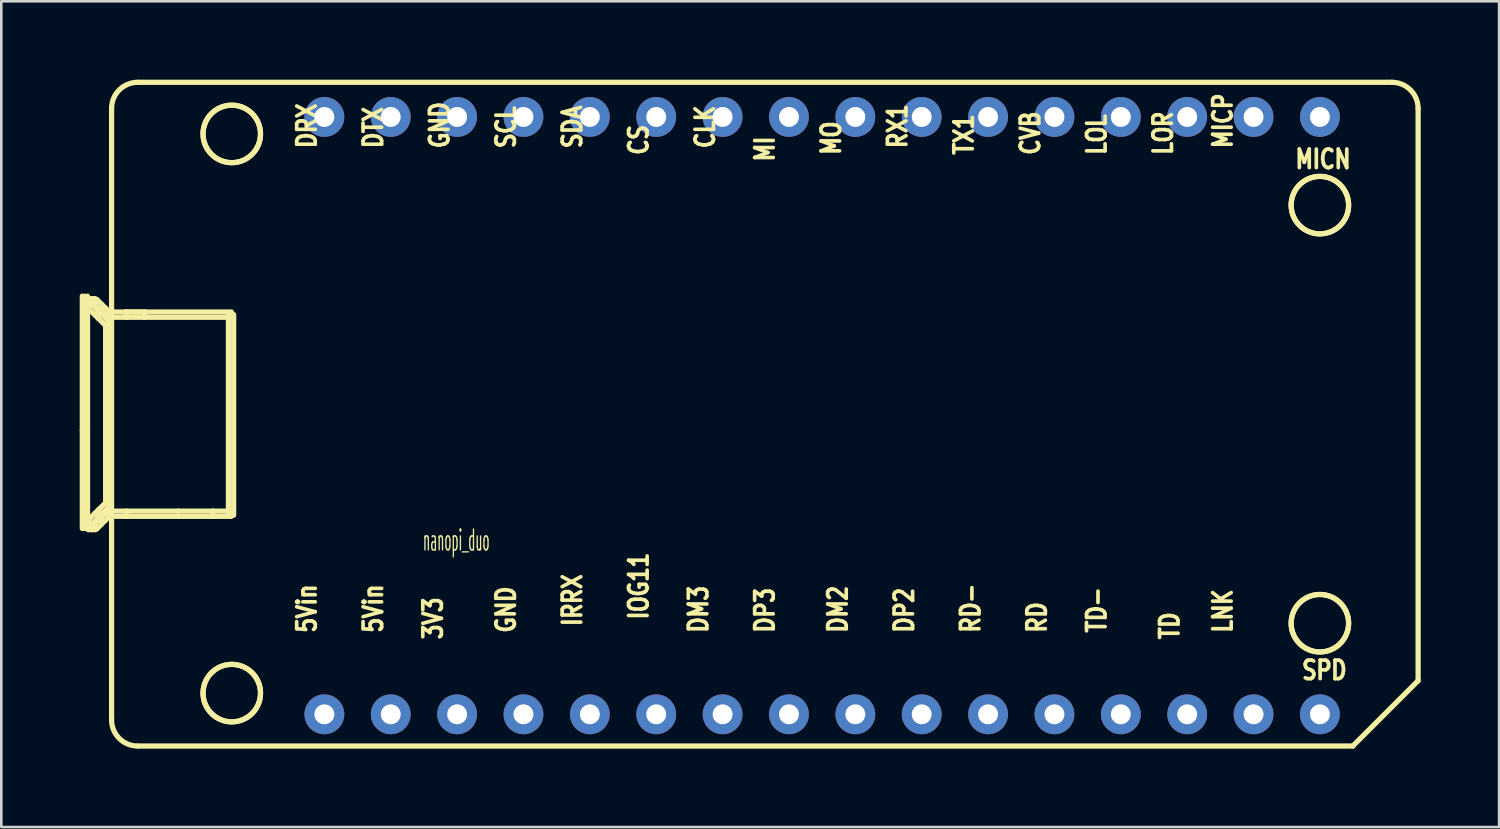
<source format=kicad_pcb>
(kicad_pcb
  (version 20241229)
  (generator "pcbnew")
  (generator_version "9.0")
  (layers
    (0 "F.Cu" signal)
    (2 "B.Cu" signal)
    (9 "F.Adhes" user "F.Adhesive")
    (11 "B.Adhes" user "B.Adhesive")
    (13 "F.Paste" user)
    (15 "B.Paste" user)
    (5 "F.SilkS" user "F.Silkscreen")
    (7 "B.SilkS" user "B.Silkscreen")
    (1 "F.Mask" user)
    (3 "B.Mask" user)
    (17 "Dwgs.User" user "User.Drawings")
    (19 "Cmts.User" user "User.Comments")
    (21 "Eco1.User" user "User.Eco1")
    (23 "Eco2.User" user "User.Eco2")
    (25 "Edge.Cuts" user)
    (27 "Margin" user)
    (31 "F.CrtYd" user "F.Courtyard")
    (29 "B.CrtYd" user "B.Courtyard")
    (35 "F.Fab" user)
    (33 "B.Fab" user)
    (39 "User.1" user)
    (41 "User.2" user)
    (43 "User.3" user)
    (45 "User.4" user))
  (footprint "nanopi_duo"
    (layer "F.Cu")
    (at 28.413 14.126)
    (property "Reference" "nanopi_duo" (at -14 3.5 0) (layer "F.SilkS") (effects (font (size 0.8 0.3) (thickness 0.05))))
    (attr through_hole)
    (fp_line (start -28.313 3.049) (end -28.313 -5.843) (stroke (width 0.2) (type solid)) (layer "F.SilkS"))
    (fp_line (start -28.213 -5.842) (end -28.213 3.048) (stroke (width 0.2) (type solid)) (layer "F.SilkS"))
    (fp_line (start -28.183 -5.644) (end -27.983 -5.644) (stroke (width 0.2) (type solid)) (layer "F.SilkS"))
    (fp_line (start -28.183 -5.517) (end -28.183 -5.644) (stroke (width 0.2) (type solid)) (layer "F.SilkS"))
    (fp_line (start -28.183 2.865) (end -27.983 2.865) (stroke (width 0.2) (type solid)) (layer "F.SilkS"))
    (fp_line (start -28.183 2.992) (end -28.183 2.865) (stroke (width 0.2) (type solid)) (layer "F.SilkS"))
    (fp_line (start -28.154 -5.446) (end -28.013 -5.588) (stroke (width 0.2) (type solid)) (layer "F.SilkS"))
    (fp_line (start -28.154 2.794) (end -27.392 2.032) (stroke (width 0.2) (type solid)) (layer "F.SilkS"))
    (fp_line (start -28.113 -5.842) (end -28.113 3.05) (stroke (width 0.2) (type solid)) (layer "F.SilkS"))
    (fp_line (start -28.113 -0.726) (end -28.313 -0.726) (stroke (width 0.2) (type solid)) (layer "F.SilkS"))
    (fp_line (start -28.083 -5.744) (end -27.829 -5.744) (stroke (width 0.2) (type solid)) (layer "F.SilkS"))
    (fp_line (start -28.083 -5.644) (end -28.083 -5.517) (stroke (width 0.2) (type solid)) (layer "F.SilkS"))
    (fp_line (start -28.083 -5.544) (end -28.083 -5.744) (stroke (width 0.2) (type solid)) (layer "F.SilkS"))
    (fp_line (start -28.083 2.865) (end -28.083 2.992) (stroke (width 0.2) (type solid)) (layer "F.SilkS"))
    (fp_line (start -28.083 2.892) (end -27.829 2.892) (stroke (width 0.2) (type solid)) (layer "F.SilkS"))
    (fp_line (start -28.083 3.092) (end -28.083 2.892) (stroke (width 0.2) (type solid)) (layer "F.SilkS"))
    (fp_line (start -28.013 -5.588) (end -27.251 -4.826) (stroke (width 0.2) (type solid)) (layer "F.SilkS"))
    (fp_line (start -28.013 2.936) (end -28.154 2.794) (stroke (width 0.2) (type solid)) (layer "F.SilkS"))
    (fp_line (start -27.983 -5.644) (end -27.983 -5.517) (stroke (width 0.2) (type solid)) (layer "F.SilkS"))
    (fp_line (start -27.983 -5.58) (end -28.183 -5.58) (stroke (width 0.2) (type solid)) (layer "F.SilkS"))
    (fp_line (start -27.983 -5.517) (end -28.183 -5.517) (stroke (width 0.2) (type solid)) (layer "F.SilkS"))
    (fp_line (start -27.983 2.865) (end -27.983 2.992) (stroke (width 0.2) (type solid)) (layer "F.SilkS"))
    (fp_line (start -27.983 2.929) (end -28.183 2.929) (stroke (width 0.2) (type solid)) (layer "F.SilkS"))
    (fp_line (start -27.983 2.992) (end -28.183 2.992) (stroke (width 0.2) (type solid)) (layer "F.SilkS"))
    (fp_line (start -27.956 -5.744) (end -27.956 -5.544) (stroke (width 0.2) (type solid)) (layer "F.SilkS"))
    (fp_line (start -27.956 2.892) (end -27.956 3.092) (stroke (width 0.2) (type solid)) (layer "F.SilkS"))
    (fp_line (start -27.9 -5.573) (end -27.759 -5.715) (stroke (width 0.2) (type solid)) (layer "F.SilkS"))
    (fp_line (start -27.9 2.921) (end -27.392 2.413) (stroke (width 0.2) (type solid)) (layer "F.SilkS"))
    (fp_line (start -27.829 -5.744) (end -27.829 -5.544) (stroke (width 0.2) (type solid)) (layer "F.SilkS"))
    (fp_line (start -27.829 -5.644) (end -28.083 -5.644) (stroke (width 0.2) (type solid)) (layer "F.SilkS"))
    (fp_line (start -27.829 -5.544) (end -28.083 -5.544) (stroke (width 0.2) (type solid)) (layer "F.SilkS"))
    (fp_line (start -27.829 2.892) (end -27.829 3.092) (stroke (width 0.2) (type solid)) (layer "F.SilkS"))
    (fp_line (start -27.829 2.992) (end -28.083 2.992) (stroke (width 0.2) (type solid)) (layer "F.SilkS"))
    (fp_line (start -27.829 3.092) (end -28.083 3.092) (stroke (width 0.2) (type solid)) (layer "F.SilkS"))
    (fp_line (start -27.759 -5.715) (end -27.251 -5.207) (stroke (width 0.2) (type solid)) (layer "F.SilkS"))
    (fp_line (start -27.759 3.063) (end -27.9 2.921) (stroke (width 0.2) (type solid)) (layer "F.SilkS"))
    (fp_line (start -27.702 -5.277) (end -27.702 -4.994) (stroke (width 0.2) (type solid)) (layer "F.SilkS"))
    (fp_line (start -27.702 2.343) (end -27.702 2.626) (stroke (width 0.2) (type solid)) (layer "F.SilkS"))
    (fp_line (start -27.575 -5.531) (end -27.575 -5.248) (stroke (width 0.2) (type solid)) (layer "F.SilkS"))
    (fp_line (start -27.575 2.597) (end -27.575 2.88) (stroke (width 0.2) (type solid)) (layer "F.SilkS"))
    (fp_line (start -27.561 -5.136) (end -27.844 -5.136) (stroke (width 0.2) (type solid)) (layer "F.SilkS"))
    (fp_line (start -27.561 2.484) (end -27.844 2.484) (stroke (width 0.2) (type solid)) (layer "F.SilkS"))
    (fp_line (start -27.434 -5.39) (end -27.717 -5.39) (stroke (width 0.2) (type solid)) (layer "F.SilkS"))
    (fp_line (start -27.434 2.738) (end -27.717 2.738) (stroke (width 0.2) (type solid)) (layer "F.SilkS"))
    (fp_line (start -27.421 -4.755) (end -27.221 -4.755) (stroke (width 0.2) (type solid)) (layer "F.SilkS"))
    (fp_line (start -27.421 2.103) (end -27.421 -4.755) (stroke (width 0.2) (type solid)) (layer "F.SilkS"))
    (fp_line (start -27.392 -5.065) (end -27.9 -5.573) (stroke (width 0.2) (type solid)) (layer "F.SilkS"))
    (fp_line (start -27.392 -4.684) (end -28.154 -5.446) (stroke (width 0.2) (type solid)) (layer "F.SilkS"))
    (fp_line (start -27.392 2.032) (end -27.251 2.174) (stroke (width 0.2) (type solid)) (layer "F.SilkS"))
    (fp_line (start -27.392 2.413) (end -27.251 2.555) (stroke (width 0.2) (type solid)) (layer "F.SilkS"))
    (fp_line (start -27.321 -5.236) (end -25.924 -5.236) (stroke (width 0.2) (type solid)) (layer "F.SilkS"))
    (fp_line (start -27.321 -5.036) (end -27.321 -5.236) (stroke (width 0.2) (type solid)) (layer "F.SilkS"))
    (fp_line (start -27.321 -4.755) (end -27.321 2.103) (stroke (width 0.2) (type solid)) (layer "F.SilkS"))
    (fp_line (start -27.321 2.384) (end -24.636 2.384) (stroke (width 0.2) (type solid)) (layer "F.SilkS"))
    (fp_line (start -27.321 2.584) (end -27.321 2.384) (stroke (width 0.2) (type solid)) (layer "F.SilkS"))
    (fp_line (start -27.251 -5.207) (end -27.392 -5.065) (stroke (width 0.2) (type solid)) (layer "F.SilkS"))
    (fp_line (start -27.251 -4.826) (end -27.392 -4.684) (stroke (width 0.2) (type solid)) (layer "F.SilkS"))
    (fp_line (start -27.251 2.174) (end -28.013 2.936) (stroke (width 0.2) (type solid)) (layer "F.SilkS"))
    (fp_line (start -27.251 2.555) (end -27.759 3.063) (stroke (width 0.2) (type solid)) (layer "F.SilkS"))
    (fp_line (start -27.221 -4.755) (end -27.221 2.103) (stroke (width 0.2) (type solid)) (layer "F.SilkS"))
    (fp_line (start -27.221 -1.326) (end -27.421 -1.326) (stroke (width 0.2) (type solid)) (layer "F.SilkS"))
    (fp_line (start -27.221 2.103) (end -27.421 2.103) (stroke (width 0.2) (type solid)) (layer "F.SilkS"))
    (fp_line (start -27.193 10.374) (end -27.193 -13.026) (stroke (width 0.2) (type solid)) (layer "F.SilkS"))
    (fp_line (start -26.656 -5.236) (end -22.604 -5.236) (stroke (width 0.2) (type solid)) (layer "F.SilkS"))
    (fp_line (start -26.623 -5.236) (end -26.623 -5.036) (stroke (width 0.2) (type solid)) (layer "F.SilkS"))
    (fp_line (start -26.623 2.384) (end -26.623 2.584) (stroke (width 0.2) (type solid)) (layer "F.SilkS"))
    (fp_line (start -26.193 -14.026) (end 21.807 -14.026) (stroke (width 0.2) (type solid)) (layer "F.SilkS"))
    (fp_line (start -25.924 -5.236) (end -25.924 -5.036) (stroke (width 0.2) (type solid)) (layer "F.SilkS"))
    (fp_line (start -25.924 -5.036) (end -27.321 -5.036) (stroke (width 0.2) (type solid)) (layer "F.SilkS"))
    (fp_line (start -24.64 2.384) (end -22.621 2.384) (stroke (width 0.2) (type solid)) (layer "F.SilkS"))
    (fp_line (start -24.638 2.584) (end -27.321 2.584) (stroke (width 0.2) (type solid)) (layer "F.SilkS"))
    (fp_line (start -23.32 2.584) (end -23.32 2.384) (stroke (width 0.2) (type solid)) (layer "F.SilkS"))
    (fp_line (start -22.721 2.541) (end -22.721 -5.136) (stroke (width 0.2) (type solid)) (layer "F.SilkS"))
    (fp_line (start -22.621 -5.036) (end -25.908 -5.036) (stroke (width 0.2) (type solid)) (layer "F.SilkS"))
    (fp_line (start -22.621 2.384) (end -22.621 2.584) (stroke (width 0.2) (type solid)) (layer "F.SilkS"))
    (fp_line (start -22.621 2.584) (end -24.638 2.584) (stroke (width 0.2) (type solid)) (layer "F.SilkS"))
    (fp_line (start -22.521 -5.136) (end -22.521 2.542) (stroke (width 0.2) (type solid)) (layer "F.SilkS"))
    (fp_line (start 20.307 11.374) (end -26.193 11.374) (stroke (width 0.2) (type solid)) (layer "F.SilkS"))
    (fp_line (start 22.807 -13.026) (end 22.807 8.874) (stroke (width 0.2) (type solid)) (layer "F.SilkS"))
    (fp_line (start 22.807 8.874) (end 20.307 11.374) (stroke (width 0.2) (type solid)) (layer "F.SilkS"))
    (fp_arc (start -27.19324 -13.025876) (mid -26.900349 -13.732984) (end -26.193242 -14.02588) (stroke (width 0.2) (type solid)) (layer "F.SilkS"))
    (fp_arc (start -26.193241 11.37412) (mid -26.900346 11.081227) (end -27.19324 10.374122) (stroke (width 0.2) (type solid)) (layer "F.SilkS"))
    (fp_arc (start 21.806763 -14.02588) (mid 22.513868 -13.732987) (end 22.806762 -13.025882) (stroke (width 0.2) (type solid)) (layer "F.SilkS"))
    (fp_circle (center -22.593 -12.051) (end -21.493 -12.051) (stroke (width 0.2) (type solid)) (fill no) (layer "F.SilkS"))
    (fp_circle (center -22.593 -12.051) (end -21.493 -12.051) (stroke (width 0.2) (type solid)) (fill no) (layer "F.SilkS"))
    (fp_circle (center -22.593 9.349) (end -21.493 9.349) (stroke (width 0.2) (type solid)) (fill no) (layer "F.SilkS"))
    (fp_circle (center -22.593 9.349) (end -21.493 9.349) (stroke (width 0.2) (type solid)) (fill no) (layer "F.SilkS"))
    (fp_circle (center 19.048 -9.326) (end 20.148 -9.326) (stroke (width 0.2) (type solid)) (fill no) (layer "F.SilkS"))
    (fp_circle (center 19.048 -9.326) (end 20.148 -9.326) (stroke (width 0.2) (type solid)) (fill no) (layer "F.SilkS"))
    (fp_circle (center 19.048 6.674) (end 20.148 6.674) (stroke (width 0.2) (type solid)) (fill no) (layer "F.SilkS"))
    (fp_circle (center 19.048 6.674) (end 20.148 6.674) (stroke (width 0.2) (type solid)) (fill no) (layer "F.SilkS"))
    (fp_text user "TD-" (at 10.922 7.112 270) (layer "F.SilkS") (effects (font (size 0.711 0.569) (thickness 0.14)) (justify left bottom)))
    (fp_text user "IOG11" (at -6.604 6.604 270) (layer "F.SilkS") (effects (font (size 0.711 0.569) (thickness 0.14)) (justify left bottom)))
    (fp_text user "TD" (at 13.716 7.366 270) (layer "F.SilkS") (effects (font (size 0.711 0.569) (thickness 0.14)) (justify left bottom)))
    (fp_text user "GND" (at -11.684 7.112 270) (layer "F.SilkS") (effects (font (size 0.711 0.569) (thickness 0.14)) (justify left bottom)))
    (fp_text user "DRX" (at -19.304 -11.43 270) (layer "F.SilkS") (effects (font (size 0.711 0.569) (thickness 0.14)) (justify left bottom)))
    (fp_text user "MICN" (at 18.034 -10.668 0) (layer "F.SilkS") (effects (font (size 0.711 0.569) (thickness 0.14)) (justify left bottom)))
    (fp_text user "DP2" (at 3.556 7.112 270) (layer "F.SilkS") (effects (font (size 0.711 0.569) (thickness 0.14)) (justify left bottom)))
    (fp_text user "5Vin" (at -19.304 7.112 270) (layer "F.SilkS") (effects (font (size 0.711 0.569) (thickness 0.14)) (justify left bottom)))
    (fp_text user "RX1" (at 3.302 -11.43 270) (layer "F.SilkS") (effects (font (size 0.711 0.569) (thickness 0.14)) (justify left bottom)))
    (fp_text user "RD-" (at 6.096 7.112 270) (layer "F.SilkS") (effects (font (size 0.711 0.569) (thickness 0.14)) (justify left bottom)))
    (fp_text user "MI" (at -1.778 -10.922 270) (layer "F.SilkS") (effects (font (size 0.711 0.569) (thickness 0.14)) (justify left bottom)))
    (fp_text user "CVB" (at 8.382 -11.176 270) (layer "F.SilkS") (effects (font (size 0.711 0.569) (thickness 0.14)) (justify left bottom)))
    (fp_text user "SCL" (at -11.684 -11.43 270) (layer "F.SilkS") (effects (font (size 0.711 0.569) (thickness 0.14)) (justify left bottom)))
    (fp_text user "TX1" (at 5.842 -11.176 270) (layer "F.SilkS") (effects (font (size 0.711 0.569) (thickness 0.14)) (justify left bottom)))
    (fp_text user "LOR" (at 13.462 -11.176 270) (layer "F.SilkS") (effects (font (size 0.711 0.569) (thickness 0.14)) (justify left bottom)))
    (fp_text user "DM2" (at 1.016 7.112 270) (layer "F.SilkS") (effects (font (size 0.711 0.569) (thickness 0.14)) (justify left bottom)))
    (fp_text user "CLK" (at -4.064 -11.43 270) (layer "F.SilkS") (effects (font (size 0.711 0.569) (thickness 0.14)) (justify left bottom)))
    (fp_text user "DTX" (at -16.764 -11.43 270) (layer "F.SilkS") (effects (font (size 0.711 0.569) (thickness 0.14)) (justify left bottom)))
    (fp_text user "DP3" (at -1.778 7.112 270) (layer "F.SilkS") (effects (font (size 0.711 0.569) (thickness 0.14)) (justify left bottom)))
    (fp_text user "LOL" (at 10.922 -11.176 270) (layer "F.SilkS") (effects (font (size 0.711 0.569) (thickness 0.14)) (justify left bottom)))
    (fp_text user "SDA" (at -9.144 -11.43 270) (layer "F.SilkS") (effects (font (size 0.711 0.569) (thickness 0.14)) (justify left bottom)))
    (fp_text user "5Vin" (at -16.764 7.112 270) (layer "F.SilkS") (effects (font (size 0.711 0.569) (thickness 0.14)) (justify left bottom)))
    (fp_text user "DM3" (at -4.318 7.112 270) (layer "F.SilkS") (effects (font (size 0.711 0.569) (thickness 0.14)) (justify left bottom)))
    (fp_text user "MO" (at 0.762 -11.176 270) (layer "F.SilkS") (effects (font (size 0.711 0.569) (thickness 0.14)) (justify left bottom)))
    (fp_text user "MICP" (at 15.748 -11.43 270) (layer "F.SilkS") (effects (font (size 0.711 0.569) (thickness 0.14)) (justify left bottom)))
    (fp_text user "IRRX" (at -9.144 6.858 270) (layer "F.SilkS") (effects (font (size 0.711 0.569) (thickness 0.14)) (justify left bottom)))
    (fp_text user "RD" (at 8.636 7.112 270) (layer "F.SilkS") (effects (font (size 0.711 0.569) (thickness 0.14)) (justify left bottom)))
    (fp_text user "SPD" (at 18.288 8.89 0) (layer "F.SilkS") (effects (font (size 0.711 0.569) (thickness 0.14)) (justify left bottom)))
    (fp_text user "CS" (at -6.604 -11.176 270) (layer "F.SilkS") (effects (font (size 0.711 0.569) (thickness 0.14)) (justify left bottom)))
    (fp_text user "GND" (at -14.224 -11.43 270) (layer "F.SilkS") (effects (font (size 0.711 0.569) (thickness 0.14)) (justify left bottom)))
    (fp_text user "LNK" (at 15.748 7.112 270) (layer "F.SilkS") (effects (font (size 0.711 0.569) (thickness 0.14)) (justify left bottom)))
    (fp_text user "3V3" (at -14.478 7.366 270) (layer "F.SilkS") (effects (font (size 0.711 0.569) (thickness 0.14)) (justify left bottom)))
    (pad "1" thru_hole circle (at -19.05 -12.7) (size 1.524 1.524) (drill 0.762) (layers "*.Cu" "*.Mask"))
    (pad "2" thru_hole circle (at -16.51 -12.7) (size 1.524 1.524) (drill 0.762) (layers "*.Cu" "*.Mask"))
    (pad "3" thru_hole circle (at -13.97 -12.7) (size 1.524 1.524) (drill 0.762) (layers "*.Cu" "*.Mask"))
    (pad "4" thru_hole circle (at -11.43 -12.7) (size 1.524 1.524) (drill 0.762) (layers "*.Cu" "*.Mask"))
    (pad "5" thru_hole circle (at -8.89 -12.7) (size 1.524 1.524) (drill 0.762) (layers "*.Cu" "*.Mask"))
    (pad "6" thru_hole circle (at -6.35 -12.7) (size 1.524 1.524) (drill 0.762) (layers "*.Cu" "*.Mask"))
    (pad "7" thru_hole circle (at -3.81 -12.7) (size 1.524 1.524) (drill 0.762) (layers "*.Cu" "*.Mask"))
    (pad "8" thru_hole circle (at -1.27 -12.7) (size 1.524 1.524) (drill 0.762) (layers "*.Cu" "*.Mask"))
    (pad "9" thru_hole circle (at 1.27 -12.7) (size 1.524 1.524) (drill 0.762) (layers "*.Cu" "*.Mask"))
    (pad "10" thru_hole circle (at 3.81 -12.7) (size 1.524 1.524) (drill 0.762) (layers "*.Cu" "*.Mask"))
    (pad "11" thru_hole circle (at 6.35 -12.7) (size 1.524 1.524) (drill 0.762) (layers "*.Cu" "*.Mask"))
    (pad "12" thru_hole circle (at 8.89 -12.7) (size 1.524 1.524) (drill 0.762) (layers "*.Cu" "*.Mask"))
    (pad "13" thru_hole circle (at 11.43 -12.7) (size 1.524 1.524) (drill 0.762) (layers "*.Cu" "*.Mask"))
    (pad "14" thru_hole circle (at 13.97 -12.7) (size 1.524 1.524) (drill 0.762) (layers "*.Cu" "*.Mask"))
    (pad "15" thru_hole circle (at 16.51 -12.7) (size 1.524 1.524) (drill 0.762) (layers "*.Cu" "*.Mask"))
    (pad "16" thru_hole circle (at 19.05 -12.7) (size 1.524 1.524) (drill 0.762) (layers "*.Cu" "*.Mask"))
    (pad "17" thru_hole circle (at 19.05 10.16) (size 1.524 1.524) (drill 0.762) (layers "*.Cu" "*.Mask"))
    (pad "18" thru_hole circle (at 16.51 10.16) (size 1.524 1.524) (drill 0.762) (layers "*.Cu" "*.Mask"))
    (pad "19" thru_hole circle (at 13.97 10.16) (size 1.524 1.524) (drill 0.762) (layers "*.Cu" "*.Mask"))
    (pad "20" thru_hole circle (at 11.43 10.16) (size 1.524 1.524) (drill 0.762) (layers "*.Cu" "*.Mask"))
    (pad "21" thru_hole circle (at 8.89 10.16) (size 1.524 1.524) (drill 0.762) (layers "*.Cu" "*.Mask"))
    (pad "22" thru_hole circle (at 6.35 10.16) (size 1.524 1.524) (drill 0.762) (layers "*.Cu" "*.Mask"))
    (pad "23" thru_hole circle (at 3.81 10.16) (size 1.524 1.524) (drill 0.762) (layers "*.Cu" "*.Mask"))
    (pad "24" thru_hole circle (at 1.27 10.16) (size 1.524 1.524) (drill 0.762) (layers "*.Cu" "*.Mask"))
    (pad "25" thru_hole circle (at -1.27 10.16) (size 1.524 1.524) (drill 0.762) (layers "*.Cu" "*.Mask"))
    (pad "26" thru_hole circle (at -3.81 10.16) (size 1.524 1.524) (drill 0.762) (layers "*.Cu" "*.Mask"))
    (pad "27" thru_hole circle (at -6.35 10.16) (size 1.524 1.524) (drill 0.762) (layers "*.Cu" "*.Mask"))
    (pad "28" thru_hole circle (at -8.89 10.16) (size 1.524 1.524) (drill 0.762) (layers "*.Cu" "*.Mask"))
    (pad "29" thru_hole circle (at -11.43 10.16) (size 1.524 1.524) (drill 0.762) (layers "*.Cu" "*.Mask"))
    (pad "30" thru_hole circle (at -13.97 10.16) (size 1.524 1.524) (drill 0.762) (layers "*.Cu" "*.Mask"))
    (pad "31" thru_hole circle (at -16.51 10.16) (size 1.524 1.524) (drill 0.762) (layers "*.Cu" "*.Mask"))
    (pad "32" thru_hole circle (at -19.05 10.16) (size 1.524 1.524) (drill 0.762) (layers "*.Cu" "*.Mask")))
  (gr_rect
    (start -3 -3)
    (end 54.32 28.6)
    (stroke (width 0.1) (type default))
    (fill no)
    (layer "Edge.Cuts")))
</source>
